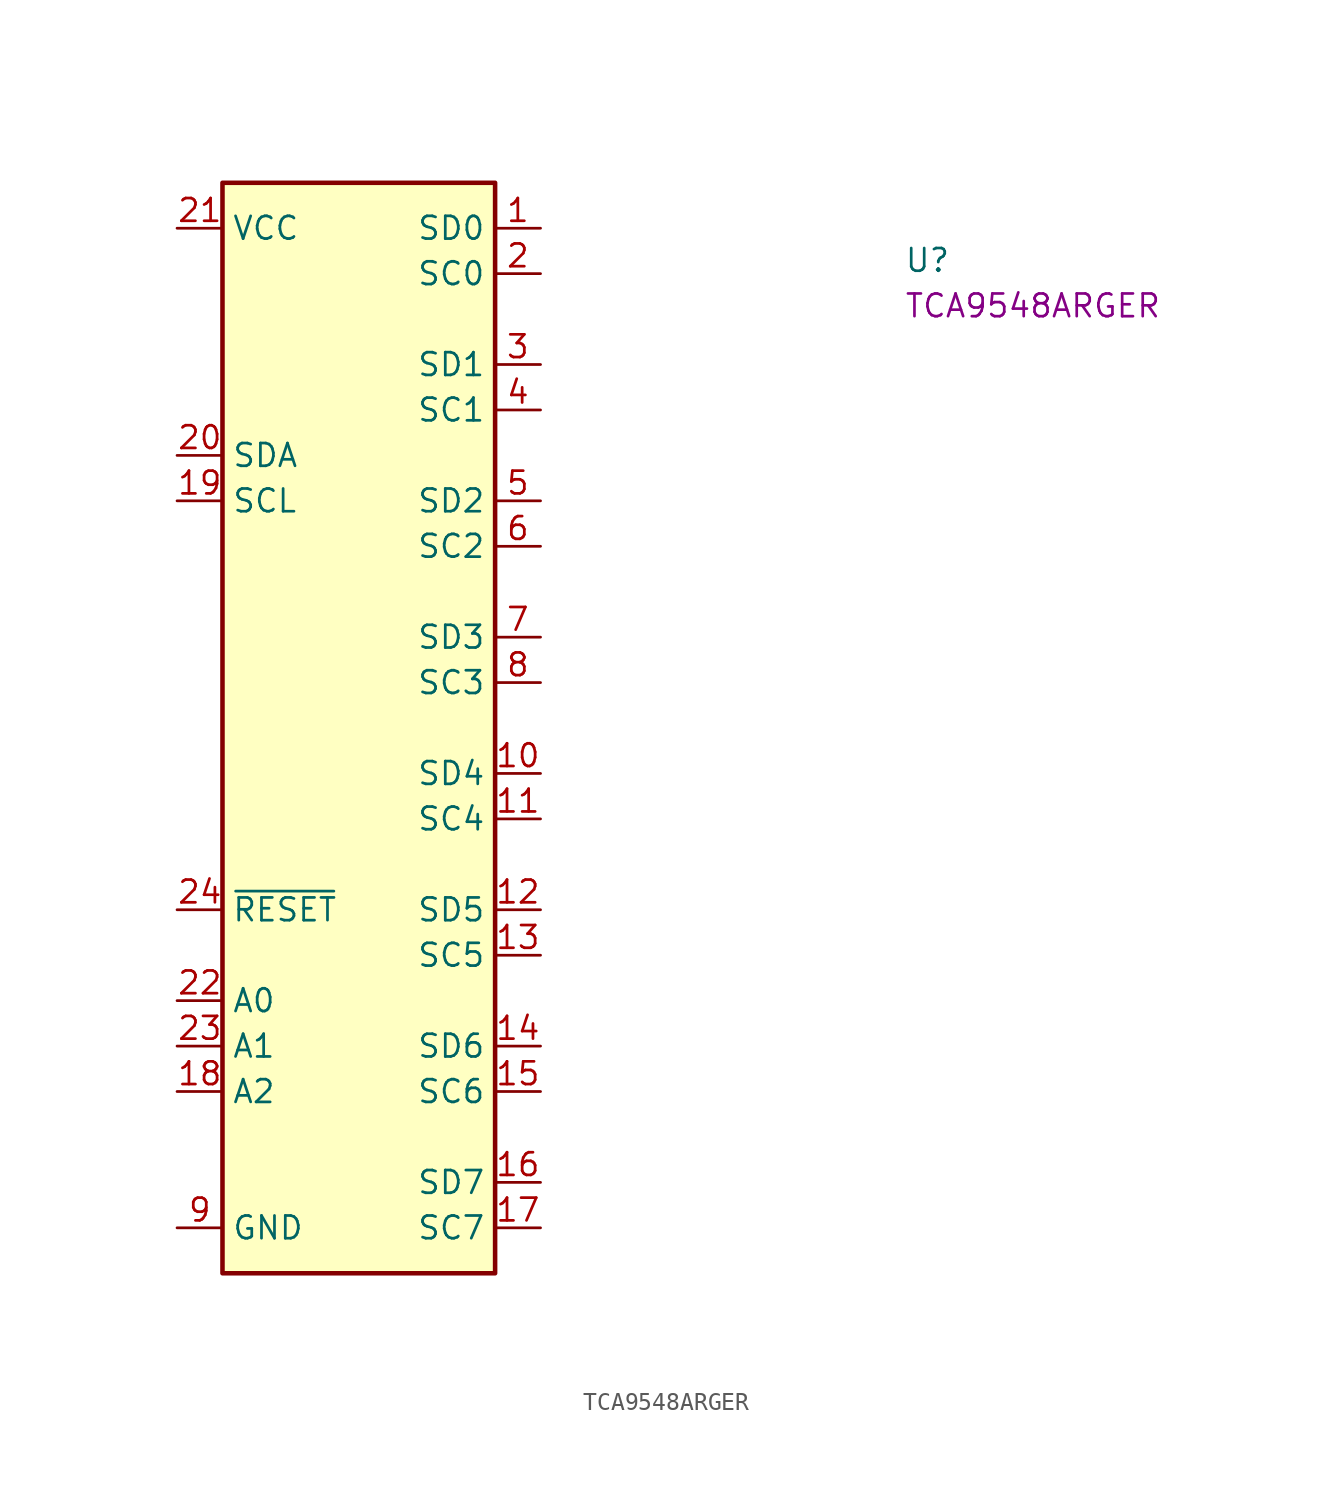
<source format=kicad_sym>
(kicad_symbol_lib
  (version 20220914)
  (generator kicad_symbol_editor)
  (symbol "TCA9548ARGER"
    (property "Reference" "U"
      (at 40.64 -2.54 0)
      (effects (font (size 1.27 1.27) (thickness 0.15)) (justify left bottom)))
    (property "MPN" "TCA9548ARGER"
      (at 40.64 -5.08 0)
      (effects (font (size 1.27 1.27) (thickness 0.15)) (justify left bottom)))
    (symbol "TCA9548ARGER_1_1"
      (rectangle (start 2.54 2.54) (end 17.78 -58.42) (stroke (width 0.254) (type default)) (fill (type background)))
      (pin bidirectional line (at 20.32 0 180) (length 2.54) (name "SD0" (effects (font (size 1.27 1.27)))) (number "1" (effects (font (size 1.27 1.27)))))
      (pin bidirectional line (at 20.32 -30.48 180) (length 2.54) (name "SD4" (effects (font (size 1.27 1.27)))) (number "10" (effects (font (size 1.27 1.27)))))
      (pin bidirectional line (at 20.32 -33.02 180) (length 2.54) (name "SC4" (effects (font (size 1.27 1.27)))) (number "11" (effects (font (size 1.27 1.27)))))
      (pin bidirectional line (at 20.32 -38.1 180) (length 2.54) (name "SD5" (effects (font (size 1.27 1.27)))) (number "12" (effects (font (size 1.27 1.27)))))
      (pin bidirectional line (at 20.32 -40.64 180) (length 2.54) (name "SC5" (effects (font (size 1.27 1.27)))) (number "13" (effects (font (size 1.27 1.27)))))
      (pin bidirectional line (at 20.32 -45.72 180) (length 2.54) (name "SD6" (effects (font (size 1.27 1.27)))) (number "14" (effects (font (size 1.27 1.27)))))
      (pin bidirectional line (at 20.32 -48.26 180) (length 2.54) (name "SC6" (effects (font (size 1.27 1.27)))) (number "15" (effects (font (size 1.27 1.27)))))
      (pin bidirectional line (at 20.32 -53.34 180) (length 2.54) (name "SD7" (effects (font (size 1.27 1.27)))) (number "16" (effects (font (size 1.27 1.27)))))
      (pin bidirectional line (at 20.32 -55.88 180) (length 2.54) (name "SC7" (effects (font (size 1.27 1.27)))) (number "17" (effects (font (size 1.27 1.27)))))
      (pin input line (at 0 -48.26 0) (length 2.54) (name "A2" (effects (font (size 1.27 1.27)))) (number "18" (effects (font (size 1.27 1.27)))))
      (pin bidirectional line (at 0 -15.24 0) (length 2.54) (name "SCL" (effects (font (size 1.27 1.27)))) (number "19" (effects (font (size 1.27 1.27)))))
      (pin bidirectional line (at 20.32 -2.54 180) (length 2.54) (name "SC0" (effects (font (size 1.27 1.27)))) (number "2" (effects (font (size 1.27 1.27)))))
      (pin bidirectional line (at 0 -12.7 0) (length 2.54) (name "SDA" (effects (font (size 1.27 1.27)))) (number "20" (effects (font (size 1.27 1.27)))))
      (pin power_in line (at 0 0 0) (length 2.54) (name "VCC" (effects (font (size 1.27 1.27)))) (number "21" (effects (font (size 1.27 1.27)))))
      (pin input line (at 0 -43.18 0) (length 2.54) (name "A0" (effects (font (size 1.27 1.27)))) (number "22" (effects (font (size 1.27 1.27)))))
      (pin input line (at 0 -45.72 0) (length 2.54) (name "A1" (effects (font (size 1.27 1.27)))) (number "23" (effects (font (size 1.27 1.27)))))
      (pin input line (at 0 -38.1 0) (length 2.54) (name "~{RESET}" (effects (font (size 1.27 1.27)))) (number "24" (effects (font (size 1.27 1.27)))))
      (pin no_connect line (at 2.54 -53.34 0) (length 2.54) hide (name "EP" (effects (font (size 1.27 1.27)))) (number "25" (effects (font (size 1.27 1.27)))))
      (pin bidirectional line (at 20.32 -7.62 180) (length 2.54) (name "SD1" (effects (font (size 1.27 1.27)))) (number "3" (effects (font (size 1.27 1.27)))))
      (pin bidirectional line (at 20.32 -10.16 180) (length 2.54) (name "SC1" (effects (font (size 1.27 1.27)))) (number "4" (effects (font (size 1.27 1.27)))))
      (pin bidirectional line (at 20.32 -15.24 180) (length 2.54) (name "SD2" (effects (font (size 1.27 1.27)))) (number "5" (effects (font (size 1.27 1.27)))))
      (pin bidirectional line (at 20.32 -17.78 180) (length 2.54) (name "SC2" (effects (font (size 1.27 1.27)))) (number "6" (effects (font (size 1.27 1.27)))))
      (pin bidirectional line (at 20.32 -22.86 180) (length 2.54) (name "SD3" (effects (font (size 1.27 1.27)))) (number "7" (effects (font (size 1.27 1.27)))))
      (pin bidirectional line (at 20.32 -25.4 180) (length 2.54) (name "SC3" (effects (font (size 1.27 1.27)))) (number "8" (effects (font (size 1.27 1.27)))))
      (pin power_in line (at 0 -55.88 0) (length 2.54) (name "GND" (effects (font (size 1.27 1.27)))) (number "9" (effects (font (size 1.27 1.27))))))))
</source>
